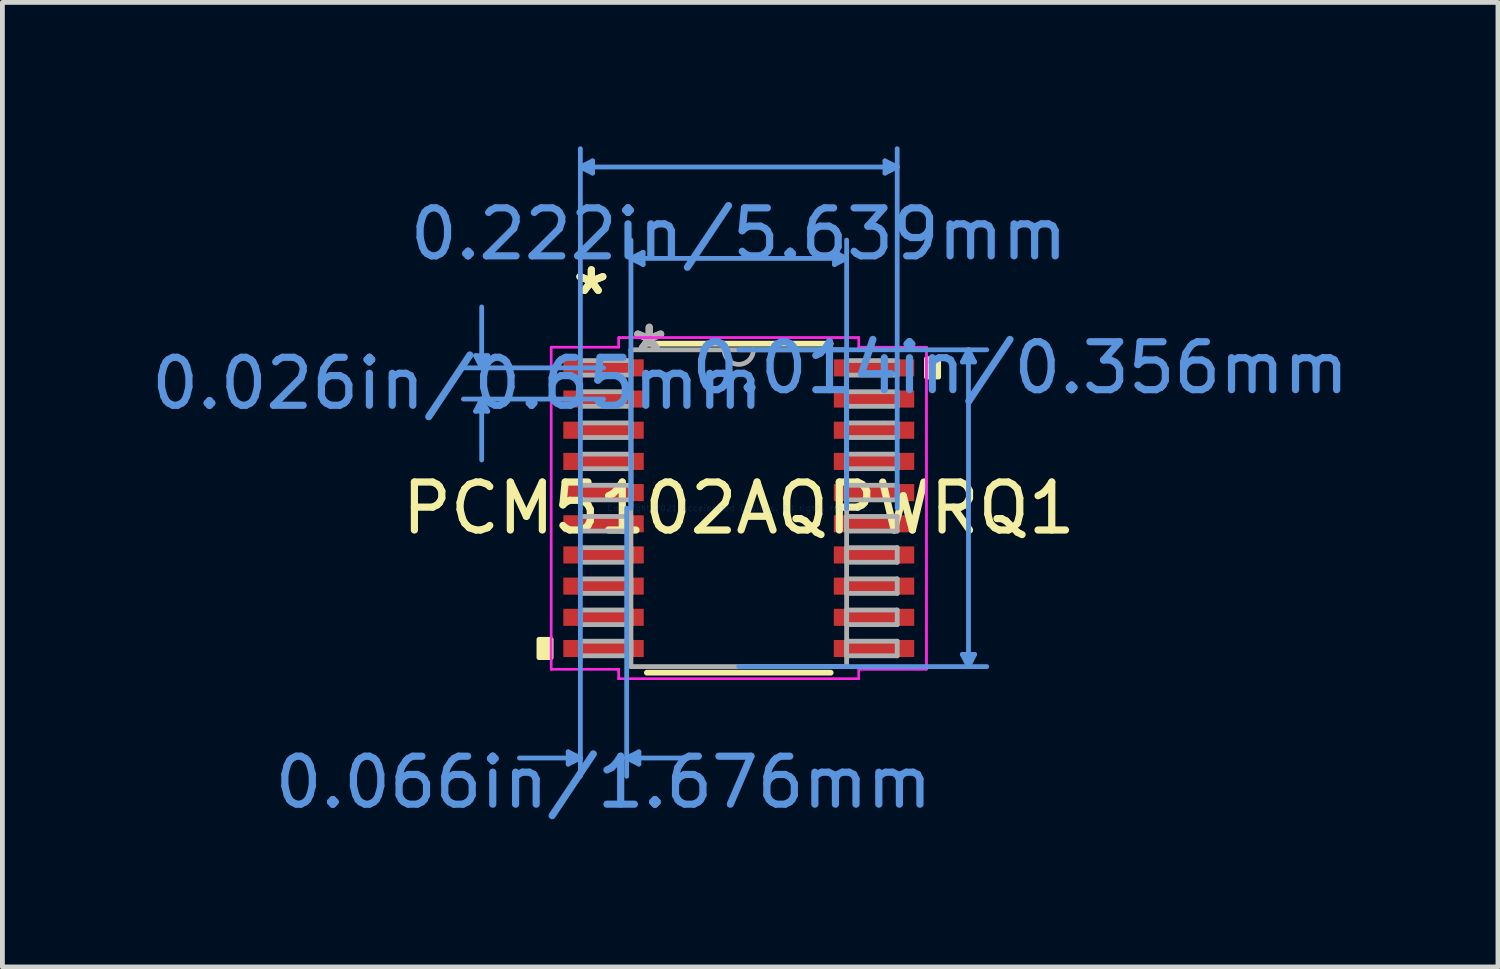
<source format=kicad_pcb>
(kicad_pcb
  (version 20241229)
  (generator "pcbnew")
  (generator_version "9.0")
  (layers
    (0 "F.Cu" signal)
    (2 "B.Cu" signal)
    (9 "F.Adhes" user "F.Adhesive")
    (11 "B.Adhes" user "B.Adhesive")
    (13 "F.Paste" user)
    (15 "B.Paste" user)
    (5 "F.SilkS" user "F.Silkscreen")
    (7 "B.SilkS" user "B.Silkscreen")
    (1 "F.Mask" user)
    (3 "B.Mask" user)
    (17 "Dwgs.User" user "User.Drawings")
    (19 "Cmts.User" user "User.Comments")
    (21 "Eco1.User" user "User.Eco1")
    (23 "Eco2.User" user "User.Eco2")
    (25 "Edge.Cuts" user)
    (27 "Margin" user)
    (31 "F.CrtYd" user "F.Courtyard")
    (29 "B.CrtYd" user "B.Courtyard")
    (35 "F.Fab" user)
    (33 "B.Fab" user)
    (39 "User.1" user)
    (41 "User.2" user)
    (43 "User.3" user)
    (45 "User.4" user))
  (footprint "PCM5102AQPWRQ1"
    (layer "F.Cu")
    (at 12.35 7.543)
    (property "Reference" "PCM5102AQPWRQ1" (at 0 0 0) (layer "F.SilkS") (effects (font (size 1 1) (thickness 0.15))))
    (attr through_hole)
    (fp_line (start -1.916 3.429) (end 1.916 3.429) (stroke (width 0.12) (type solid)) (layer "F.SilkS"))
    (fp_line (start 1.916 -3.429) (end -1.916 -3.429) (stroke (width 0.12) (type solid)) (layer "F.SilkS"))
    (fp_poly (pts (xy -4.166 2.734) (xy -4.166 3.115) (xy -3.912 3.115) (xy -3.912 2.734)) (stroke (width 0.1) (type solid)) (fill yes) (layer "F.SilkS"))
    (fp_poly (pts (xy 4.166 -3.115) (xy 4.166 -2.734) (xy 3.912 -2.734) (xy 3.912 -3.115)) (stroke (width 0.1) (type solid)) (fill yes) (layer "F.SilkS"))
    (fp_line (start -5.486 -3.179) (end -5.232 -3.179) (stroke (width 0.1) (type solid)) (layer "Cmts.User"))
    (fp_line (start -5.486 -2.021) (end -5.232 -2.021) (stroke (width 0.1) (type solid)) (layer "Cmts.User"))
    (fp_line (start -5.359 -2.925) (end -5.486 -3.179) (stroke (width 0.1) (type solid)) (layer "Cmts.User"))
    (fp_line (start -5.359 -2.925) (end -5.359 -4.195) (stroke (width 0.1) (type solid)) (layer "Cmts.User"))
    (fp_line (start -5.359 -2.925) (end -5.232 -3.179) (stroke (width 0.1) (type solid)) (layer "Cmts.User"))
    (fp_line (start -5.359 -2.275) (end -5.486 -2.021) (stroke (width 0.1) (type solid)) (layer "Cmts.User"))
    (fp_line (start -5.359 -2.275) (end -5.359 -1.005) (stroke (width 0.1) (type solid)) (layer "Cmts.User"))
    (fp_line (start -5.359 -2.275) (end -5.232 -2.021) (stroke (width 0.1) (type solid)) (layer "Cmts.User"))
    (fp_line (start -3.556 5.08) (end -3.556 5.334) (stroke (width 0.1) (type solid)) (layer "Cmts.User"))
    (fp_line (start -3.302 -7.112) (end -3.048 -7.239) (stroke (width 0.1) (type solid)) (layer "Cmts.User"))
    (fp_line (start -3.302 -7.112) (end -3.048 -6.985) (stroke (width 0.1) (type solid)) (layer "Cmts.User"))
    (fp_line (start -3.302 -7.112) (end 3.302 -7.112) (stroke (width 0.1) (type solid)) (layer "Cmts.User"))
    (fp_line (start -3.302 0) (end -3.302 -7.493) (stroke (width 0.1) (type solid)) (layer "Cmts.User"))
    (fp_line (start -3.302 0) (end -3.302 5.588) (stroke (width 0.1) (type solid)) (layer "Cmts.User"))
    (fp_line (start -3.302 5.207) (end -4.572 5.207) (stroke (width 0.1) (type solid)) (layer "Cmts.User"))
    (fp_line (start -3.302 5.207) (end -3.556 5.08) (stroke (width 0.1) (type solid)) (layer "Cmts.User"))
    (fp_line (start -3.302 5.207) (end -3.556 5.334) (stroke (width 0.1) (type solid)) (layer "Cmts.User"))
    (fp_line (start -3.048 -7.239) (end -3.048 -6.985) (stroke (width 0.1) (type solid)) (layer "Cmts.User"))
    (fp_line (start -2.819 -2.925) (end -5.74 -2.925) (stroke (width 0.1) (type solid)) (layer "Cmts.User"))
    (fp_line (start -2.819 -2.275) (end -5.74 -2.275) (stroke (width 0.1) (type solid)) (layer "Cmts.User"))
    (fp_line (start -2.337 0) (end -2.337 5.588) (stroke (width 0.1) (type solid)) (layer "Cmts.User"))
    (fp_line (start -2.337 5.207) (end -2.083 5.08) (stroke (width 0.1) (type solid)) (layer "Cmts.User"))
    (fp_line (start -2.337 5.207) (end -2.083 5.334) (stroke (width 0.1) (type solid)) (layer "Cmts.User"))
    (fp_line (start -2.337 5.207) (end -1.067 5.207) (stroke (width 0.1) (type solid)) (layer "Cmts.User"))
    (fp_line (start -2.248 -5.207) (end -1.994 -5.334) (stroke (width 0.1) (type solid)) (layer "Cmts.User"))
    (fp_line (start -2.248 -5.207) (end -1.994 -5.08) (stroke (width 0.1) (type solid)) (layer "Cmts.User"))
    (fp_line (start -2.248 -5.207) (end 2.248 -5.207) (stroke (width 0.1) (type solid)) (layer "Cmts.User"))
    (fp_line (start -2.248 0) (end -2.248 -5.588) (stroke (width 0.1) (type solid)) (layer "Cmts.User"))
    (fp_line (start -2.083 5.08) (end -2.083 5.334) (stroke (width 0.1) (type solid)) (layer "Cmts.User"))
    (fp_line (start -1.994 -5.334) (end -1.994 -5.08) (stroke (width 0.1) (type solid)) (layer "Cmts.User"))
    (fp_line (start 0 -3.302) (end 5.169 -3.302) (stroke (width 0.1) (type solid)) (layer "Cmts.User"))
    (fp_line (start 0 3.302) (end 5.169 3.302) (stroke (width 0.1) (type solid)) (layer "Cmts.User"))
    (fp_line (start 1.994 -5.334) (end 1.994 -5.08) (stroke (width 0.1) (type solid)) (layer "Cmts.User"))
    (fp_line (start 2.248 -5.207) (end 1.994 -5.334) (stroke (width 0.1) (type solid)) (layer "Cmts.User"))
    (fp_line (start 2.248 -5.207) (end 1.994 -5.08) (stroke (width 0.1) (type solid)) (layer "Cmts.User"))
    (fp_line (start 2.248 0) (end 2.248 -5.588) (stroke (width 0.1) (type solid)) (layer "Cmts.User"))
    (fp_line (start 3.048 -7.239) (end 3.048 -6.985) (stroke (width 0.1) (type solid)) (layer "Cmts.User"))
    (fp_line (start 3.302 -7.112) (end 3.048 -7.239) (stroke (width 0.1) (type solid)) (layer "Cmts.User"))
    (fp_line (start 3.302 -7.112) (end 3.048 -6.985) (stroke (width 0.1) (type solid)) (layer "Cmts.User"))
    (fp_line (start 3.302 0) (end 3.302 -7.493) (stroke (width 0.1) (type solid)) (layer "Cmts.User"))
    (fp_line (start 4.661 -3.048) (end 4.915 -3.048) (stroke (width 0.1) (type solid)) (layer "Cmts.User"))
    (fp_line (start 4.661 3.048) (end 4.915 3.048) (stroke (width 0.1) (type solid)) (layer "Cmts.User"))
    (fp_line (start 4.788 -3.302) (end 4.661 -3.048) (stroke (width 0.1) (type solid)) (layer "Cmts.User"))
    (fp_line (start 4.788 -3.302) (end 4.788 3.302) (stroke (width 0.1) (type solid)) (layer "Cmts.User"))
    (fp_line (start 4.788 -3.302) (end 4.915 -3.048) (stroke (width 0.1) (type solid)) (layer "Cmts.User"))
    (fp_line (start 4.788 3.302) (end 4.661 3.048) (stroke (width 0.1) (type solid)) (layer "Cmts.User"))
    (fp_line (start 4.788 3.302) (end 4.915 3.048) (stroke (width 0.1) (type solid)) (layer "Cmts.User"))
    (fp_line (start -3.912 -3.357) (end -2.502 -3.357) (stroke (width 0.05) (type solid)) (layer "F.CrtYd"))
    (fp_line (start -3.912 -3.357) (end -2.502 -3.357) (stroke (width 0.05) (type solid)) (layer "F.CrtYd"))
    (fp_line (start -3.912 3.357) (end -3.912 -3.357) (stroke (width 0.05) (type solid)) (layer "F.CrtYd"))
    (fp_line (start -3.912 3.357) (end -3.912 -3.357) (stroke (width 0.05) (type solid)) (layer "F.CrtYd"))
    (fp_line (start -3.912 3.357) (end -2.502 3.357) (stroke (width 0.05) (type solid)) (layer "F.CrtYd"))
    (fp_line (start -2.502 -3.556) (end 2.502 -3.556) (stroke (width 0.05) (type solid)) (layer "F.CrtYd"))
    (fp_line (start -2.502 -3.556) (end 2.502 -3.556) (stroke (width 0.05) (type solid)) (layer "F.CrtYd"))
    (fp_line (start -2.502 -3.357) (end -2.502 -3.556) (stroke (width 0.05) (type solid)) (layer "F.CrtYd"))
    (fp_line (start -2.502 -3.357) (end -2.502 -3.556) (stroke (width 0.05) (type solid)) (layer "F.CrtYd"))
    (fp_line (start -2.502 3.357) (end -3.912 3.357) (stroke (width 0.05) (type solid)) (layer "F.CrtYd"))
    (fp_line (start -2.502 3.556) (end -2.502 3.357) (stroke (width 0.05) (type solid)) (layer "F.CrtYd"))
    (fp_line (start -2.502 3.556) (end -2.502 3.357) (stroke (width 0.05) (type solid)) (layer "F.CrtYd"))
    (fp_line (start 2.502 -3.556) (end 2.502 -3.357) (stroke (width 0.05) (type solid)) (layer "F.CrtYd"))
    (fp_line (start 2.502 -3.556) (end 2.502 -3.357) (stroke (width 0.05) (type solid)) (layer "F.CrtYd"))
    (fp_line (start 2.502 -3.357) (end 3.912 -3.357) (stroke (width 0.05) (type solid)) (layer "F.CrtYd"))
    (fp_line (start 2.502 3.357) (end 2.502 3.556) (stroke (width 0.05) (type solid)) (layer "F.CrtYd"))
    (fp_line (start 2.502 3.357) (end 2.502 3.556) (stroke (width 0.05) (type solid)) (layer "F.CrtYd"))
    (fp_line (start 2.502 3.556) (end -2.502 3.556) (stroke (width 0.05) (type solid)) (layer "F.CrtYd"))
    (fp_line (start 2.502 3.556) (end -2.502 3.556) (stroke (width 0.05) (type solid)) (layer "F.CrtYd"))
    (fp_line (start 3.912 -3.357) (end 2.502 -3.357) (stroke (width 0.05) (type solid)) (layer "F.CrtYd"))
    (fp_line (start 3.912 -3.357) (end 3.912 3.357) (stroke (width 0.05) (type solid)) (layer "F.CrtYd"))
    (fp_line (start 3.912 -3.357) (end 3.912 3.357) (stroke (width 0.05) (type solid)) (layer "F.CrtYd"))
    (fp_line (start 3.912 3.357) (end 2.502 3.357) (stroke (width 0.05) (type solid)) (layer "F.CrtYd"))
    (fp_line (start 3.912 3.357) (end 2.502 3.357) (stroke (width 0.05) (type solid)) (layer "F.CrtYd"))
    (fp_line (start -3.302 -3.077) (end -3.302 -2.773) (stroke (width 0.1) (type solid)) (layer "F.Fab"))
    (fp_line (start -3.302 -2.773) (end -2.248 -2.773) (stroke (width 0.1) (type solid)) (layer "F.Fab"))
    (fp_line (start -3.302 -2.427) (end -3.302 -2.123) (stroke (width 0.1) (type solid)) (layer "F.Fab"))
    (fp_line (start -3.302 -2.123) (end -2.248 -2.123) (stroke (width 0.1) (type solid)) (layer "F.Fab"))
    (fp_line (start -3.302 -1.777) (end -3.302 -1.473) (stroke (width 0.1) (type solid)) (layer "F.Fab"))
    (fp_line (start -3.302 -1.473) (end -2.248 -1.473) (stroke (width 0.1) (type solid)) (layer "F.Fab"))
    (fp_line (start -3.302 -1.127) (end -3.302 -0.823) (stroke (width 0.1) (type solid)) (layer "F.Fab"))
    (fp_line (start -3.302 -0.823) (end -2.248 -0.823) (stroke (width 0.1) (type solid)) (layer "F.Fab"))
    (fp_line (start -3.302 -0.477) (end -3.302 -0.173) (stroke (width 0.1) (type solid)) (layer "F.Fab"))
    (fp_line (start -3.302 -0.173) (end -2.248 -0.173) (stroke (width 0.1) (type solid)) (layer "F.Fab"))
    (fp_line (start -3.302 0.173) (end -3.302 0.477) (stroke (width 0.1) (type solid)) (layer "F.Fab"))
    (fp_line (start -3.302 0.477) (end -2.248 0.477) (stroke (width 0.1) (type solid)) (layer "F.Fab"))
    (fp_line (start -3.302 0.823) (end -3.302 1.127) (stroke (width 0.1) (type solid)) (layer "F.Fab"))
    (fp_line (start -3.302 1.127) (end -2.248 1.127) (stroke (width 0.1) (type solid)) (layer "F.Fab"))
    (fp_line (start -3.302 1.473) (end -3.302 1.777) (stroke (width 0.1) (type solid)) (layer "F.Fab"))
    (fp_line (start -3.302 1.777) (end -2.248 1.777) (stroke (width 0.1) (type solid)) (layer "F.Fab"))
    (fp_line (start -3.302 2.123) (end -3.302 2.427) (stroke (width 0.1) (type solid)) (layer "F.Fab"))
    (fp_line (start -3.302 2.427) (end -2.248 2.427) (stroke (width 0.1) (type solid)) (layer "F.Fab"))
    (fp_line (start -3.302 2.773) (end -3.302 3.077) (stroke (width 0.1) (type solid)) (layer "F.Fab"))
    (fp_line (start -3.302 3.077) (end -2.248 3.077) (stroke (width 0.1) (type solid)) (layer "F.Fab"))
    (fp_line (start -2.248 -3.302) (end -2.248 3.302) (stroke (width 0.1) (type solid)) (layer "F.Fab"))
    (fp_line (start -2.248 -3.077) (end -3.302 -3.077) (stroke (width 0.1) (type solid)) (layer "F.Fab"))
    (fp_line (start -2.248 -2.773) (end -2.248 -3.077) (stroke (width 0.1) (type solid)) (layer "F.Fab"))
    (fp_line (start -2.248 -2.427) (end -3.302 -2.427) (stroke (width 0.1) (type solid)) (layer "F.Fab"))
    (fp_line (start -2.248 -2.123) (end -2.248 -2.427) (stroke (width 0.1) (type solid)) (layer "F.Fab"))
    (fp_line (start -2.248 -1.777) (end -3.302 -1.777) (stroke (width 0.1) (type solid)) (layer "F.Fab"))
    (fp_line (start -2.248 -1.473) (end -2.248 -1.777) (stroke (width 0.1) (type solid)) (layer "F.Fab"))
    (fp_line (start -2.248 -1.127) (end -3.302 -1.127) (stroke (width 0.1) (type solid)) (layer "F.Fab"))
    (fp_line (start -2.248 -0.823) (end -2.248 -1.127) (stroke (width 0.1) (type solid)) (layer "F.Fab"))
    (fp_line (start -2.248 -0.477) (end -3.302 -0.477) (stroke (width 0.1) (type solid)) (layer "F.Fab"))
    (fp_line (start -2.248 -0.173) (end -2.248 -0.477) (stroke (width 0.1) (type solid)) (layer "F.Fab"))
    (fp_line (start -2.248 0.173) (end -3.302 0.173) (stroke (width 0.1) (type solid)) (layer "F.Fab"))
    (fp_line (start -2.248 0.477) (end -2.248 0.173) (stroke (width 0.1) (type solid)) (layer "F.Fab"))
    (fp_line (start -2.248 0.823) (end -3.302 0.823) (stroke (width 0.1) (type solid)) (layer "F.Fab"))
    (fp_line (start -2.248 1.127) (end -2.248 0.823) (stroke (width 0.1) (type solid)) (layer "F.Fab"))
    (fp_line (start -2.248 1.473) (end -3.302 1.473) (stroke (width 0.1) (type solid)) (layer "F.Fab"))
    (fp_line (start -2.248 1.777) (end -2.248 1.473) (stroke (width 0.1) (type solid)) (layer "F.Fab"))
    (fp_line (start -2.248 2.123) (end -3.302 2.123) (stroke (width 0.1) (type solid)) (layer "F.Fab"))
    (fp_line (start -2.248 2.427) (end -2.248 2.123) (stroke (width 0.1) (type solid)) (layer "F.Fab"))
    (fp_line (start -2.248 2.773) (end -3.302 2.773) (stroke (width 0.1) (type solid)) (layer "F.Fab"))
    (fp_line (start -2.248 3.077) (end -2.248 2.773) (stroke (width 0.1) (type solid)) (layer "F.Fab"))
    (fp_line (start -2.248 3.302) (end 2.248 3.302) (stroke (width 0.1) (type solid)) (layer "F.Fab"))
    (fp_line (start 2.248 -3.302) (end -2.248 -3.302) (stroke (width 0.1) (type solid)) (layer "F.Fab"))
    (fp_line (start 2.248 -3.077) (end 2.248 -2.773) (stroke (width 0.1) (type solid)) (layer "F.Fab"))
    (fp_line (start 2.248 -2.773) (end 3.302 -2.773) (stroke (width 0.1) (type solid)) (layer "F.Fab"))
    (fp_line (start 2.248 -2.427) (end 2.248 -2.123) (stroke (width 0.1) (type solid)) (layer "F.Fab"))
    (fp_line (start 2.248 -2.123) (end 3.302 -2.123) (stroke (width 0.1) (type solid)) (layer "F.Fab"))
    (fp_line (start 2.248 -1.777) (end 2.248 -1.473) (stroke (width 0.1) (type solid)) (layer "F.Fab"))
    (fp_line (start 2.248 -1.473) (end 3.302 -1.473) (stroke (width 0.1) (type solid)) (layer "F.Fab"))
    (fp_line (start 2.248 -1.127) (end 2.248 -0.823) (stroke (width 0.1) (type solid)) (layer "F.Fab"))
    (fp_line (start 2.248 -0.823) (end 3.302 -0.823) (stroke (width 0.1) (type solid)) (layer "F.Fab"))
    (fp_line (start 2.248 -0.477) (end 2.248 -0.173) (stroke (width 0.1) (type solid)) (layer "F.Fab"))
    (fp_line (start 2.248 -0.173) (end 3.302 -0.173) (stroke (width 0.1) (type solid)) (layer "F.Fab"))
    (fp_line (start 2.248 0.173) (end 2.248 0.477) (stroke (width 0.1) (type solid)) (layer "F.Fab"))
    (fp_line (start 2.248 0.477) (end 3.302 0.477) (stroke (width 0.1) (type solid)) (layer "F.Fab"))
    (fp_line (start 2.248 0.823) (end 2.248 1.127) (stroke (width 0.1) (type solid)) (layer "F.Fab"))
    (fp_line (start 2.248 1.127) (end 3.302 1.127) (stroke (width 0.1) (type solid)) (layer "F.Fab"))
    (fp_line (start 2.248 1.473) (end 2.248 1.777) (stroke (width 0.1) (type solid)) (layer "F.Fab"))
    (fp_line (start 2.248 1.777) (end 3.302 1.777) (stroke (width 0.1) (type solid)) (layer "F.Fab"))
    (fp_line (start 2.248 2.123) (end 2.248 2.427) (stroke (width 0.1) (type solid)) (layer "F.Fab"))
    (fp_line (start 2.248 2.427) (end 3.302 2.427) (stroke (width 0.1) (type solid)) (layer "F.Fab"))
    (fp_line (start 2.248 2.773) (end 2.248 3.077) (stroke (width 0.1) (type solid)) (layer "F.Fab"))
    (fp_line (start 2.248 3.077) (end 3.302 3.077) (stroke (width 0.1) (type solid)) (layer "F.Fab"))
    (fp_line (start 2.248 3.302) (end 2.248 -3.302) (stroke (width 0.1) (type solid)) (layer "F.Fab"))
    (fp_line (start 3.302 -3.077) (end 2.248 -3.077) (stroke (width 0.1) (type solid)) (layer "F.Fab"))
    (fp_line (start 3.302 -2.773) (end 3.302 -3.077) (stroke (width 0.1) (type solid)) (layer "F.Fab"))
    (fp_line (start 3.302 -2.427) (end 2.248 -2.427) (stroke (width 0.1) (type solid)) (layer "F.Fab"))
    (fp_line (start 3.302 -2.123) (end 3.302 -2.427) (stroke (width 0.1) (type solid)) (layer "F.Fab"))
    (fp_line (start 3.302 -1.777) (end 2.248 -1.777) (stroke (width 0.1) (type solid)) (layer "F.Fab"))
    (fp_line (start 3.302 -1.473) (end 3.302 -1.777) (stroke (width 0.1) (type solid)) (layer "F.Fab"))
    (fp_line (start 3.302 -1.127) (end 2.248 -1.127) (stroke (width 0.1) (type solid)) (layer "F.Fab"))
    (fp_line (start 3.302 -0.823) (end 3.302 -1.127) (stroke (width 0.1) (type solid)) (layer "F.Fab"))
    (fp_line (start 3.302 -0.477) (end 2.248 -0.477) (stroke (width 0.1) (type solid)) (layer "F.Fab"))
    (fp_line (start 3.302 -0.173) (end 3.302 -0.477) (stroke (width 0.1) (type solid)) (layer "F.Fab"))
    (fp_line (start 3.302 0.173) (end 2.248 0.173) (stroke (width 0.1) (type solid)) (layer "F.Fab"))
    (fp_line (start 3.302 0.477) (end 3.302 0.173) (stroke (width 0.1) (type solid)) (layer "F.Fab"))
    (fp_line (start 3.302 0.823) (end 2.248 0.823) (stroke (width 0.1) (type solid)) (layer "F.Fab"))
    (fp_line (start 3.302 1.127) (end 3.302 0.823) (stroke (width 0.1) (type solid)) (layer "F.Fab"))
    (fp_line (start 3.302 1.473) (end 2.248 1.473) (stroke (width 0.1) (type solid)) (layer "F.Fab"))
    (fp_line (start 3.302 1.777) (end 3.302 1.473) (stroke (width 0.1) (type solid)) (layer "F.Fab"))
    (fp_line (start 3.302 2.123) (end 2.248 2.123) (stroke (width 0.1) (type solid)) (layer "F.Fab"))
    (fp_line (start 3.302 2.427) (end 3.302 2.123) (stroke (width 0.1) (type solid)) (layer "F.Fab"))
    (fp_line (start 3.302 2.773) (end 2.248 2.773) (stroke (width 0.1) (type solid)) (layer "F.Fab"))
    (fp_line (start 3.302 3.077) (end 3.302 2.773) (stroke (width 0.1) (type solid)) (layer "F.Fab"))
    (fp_arc (start 0.3048 -3.302) (mid 0 -2.9972) (end -0.3048 -3.302) (stroke (width 0.1) (type solid)) (layer "F.Fab"))
    (fp_text user "*" (at -3.073 -4.424 0) (layer "F.SilkS") (effects (font (size 1 1) (thickness 0.15))))
    (fp_text user "*" (at -3.073 -4.424 0) (layer "F.SilkS") (effects (font (size 1 1) (thickness 0.15))))
    (fp_text user "Copyright 2021 Accelerated Designs. All rights reserved." (at 0 0 0) (layer "Cmts.User") (effects (font (size 0.127 0.127) (thickness 0.002))))
    (fp_text user "0.066in/1.676mm" (at -2.819 5.715 0) (layer "Cmts.User") (effects (font (size 1 1) (thickness 0.15))))
    (fp_text user "0.014in/0.356mm" (at 5.867 -2.925 0) (layer "Cmts.User") (effects (font (size 1 1) (thickness 0.15))))
    (fp_text user "0.222in/5.639mm" (at 0 -5.715 0) (layer "Cmts.User") (effects (font (size 1 1) (thickness 0.15))))
    (fp_text user "0.026in/0.65mm" (at -5.867 -2.6 0) (layer "Cmts.User") (effects (font (size 1 1) (thickness 0.15))))
    (fp_text user "*" (at -1.867 -3.226 0) (layer "F.Fab") (effects (font (size 1 1) (thickness 0.15))))
    (fp_text user "*" (at -1.867 -3.226 0) (layer "F.Fab") (effects (font (size 1 1) (thickness 0.15))))
    (pad "1" smd rect (at -2.819 -2.925) (size 1.676 0.356) (layers "F.Cu" "F.Mask" "F.Paste"))
    (pad "2" smd rect (at -2.819 -2.275) (size 1.676 0.356) (layers "F.Cu" "F.Mask" "F.Paste"))
    (pad "3" smd rect (at -2.819 -1.625) (size 1.676 0.356) (layers "F.Cu" "F.Mask" "F.Paste"))
    (pad "4" smd rect (at -2.819 -0.975) (size 1.676 0.356) (layers "F.Cu" "F.Mask" "F.Paste"))
    (pad "5" smd rect (at -2.819 -0.325) (size 1.676 0.356) (layers "F.Cu" "F.Mask" "F.Paste"))
    (pad "6" smd rect (at -2.819 0.325) (size 1.676 0.356) (layers "F.Cu" "F.Mask" "F.Paste"))
    (pad "7" smd rect (at -2.819 0.975) (size 1.676 0.356) (layers "F.Cu" "F.Mask" "F.Paste"))
    (pad "8" smd rect (at -2.819 1.625) (size 1.676 0.356) (layers "F.Cu" "F.Mask" "F.Paste"))
    (pad "9" smd rect (at -2.819 2.275) (size 1.676 0.356) (layers "F.Cu" "F.Mask" "F.Paste"))
    (pad "10" smd rect (at -2.819 2.925) (size 1.676 0.356) (layers "F.Cu" "F.Mask" "F.Paste"))
    (pad "11" smd rect (at 2.819 2.925) (size 1.676 0.356) (layers "F.Cu" "F.Mask" "F.Paste"))
    (pad "12" smd rect (at 2.819 2.275) (size 1.676 0.356) (layers "F.Cu" "F.Mask" "F.Paste"))
    (pad "13" smd rect (at 2.819 1.625) (size 1.676 0.356) (layers "F.Cu" "F.Mask" "F.Paste"))
    (pad "14" smd rect (at 2.819 0.975) (size 1.676 0.356) (layers "F.Cu" "F.Mask" "F.Paste"))
    (pad "15" smd rect (at 2.819 0.325) (size 1.676 0.356) (layers "F.Cu" "F.Mask" "F.Paste"))
    (pad "16" smd rect (at 2.819 -0.325) (size 1.676 0.356) (layers "F.Cu" "F.Mask" "F.Paste"))
    (pad "17" smd rect (at 2.819 -0.975) (size 1.676 0.356) (layers "F.Cu" "F.Mask" "F.Paste"))
    (pad "18" smd rect (at 2.819 -1.625) (size 1.676 0.356) (layers "F.Cu" "F.Mask" "F.Paste"))
    (pad "19" smd rect (at 2.819 -2.275) (size 1.676 0.356) (layers "F.Cu" "F.Mask" "F.Paste"))
    (pad "20" smd rect (at 2.819 -2.925) (size 1.676 0.356) (layers "F.Cu" "F.Mask" "F.Paste")))
  (gr_rect
    (start -3 -3)
    (end 28.175 17.106)
    (stroke (width 0.1) (type default))
    (fill no)
    (layer "Edge.Cuts")))
</source>
